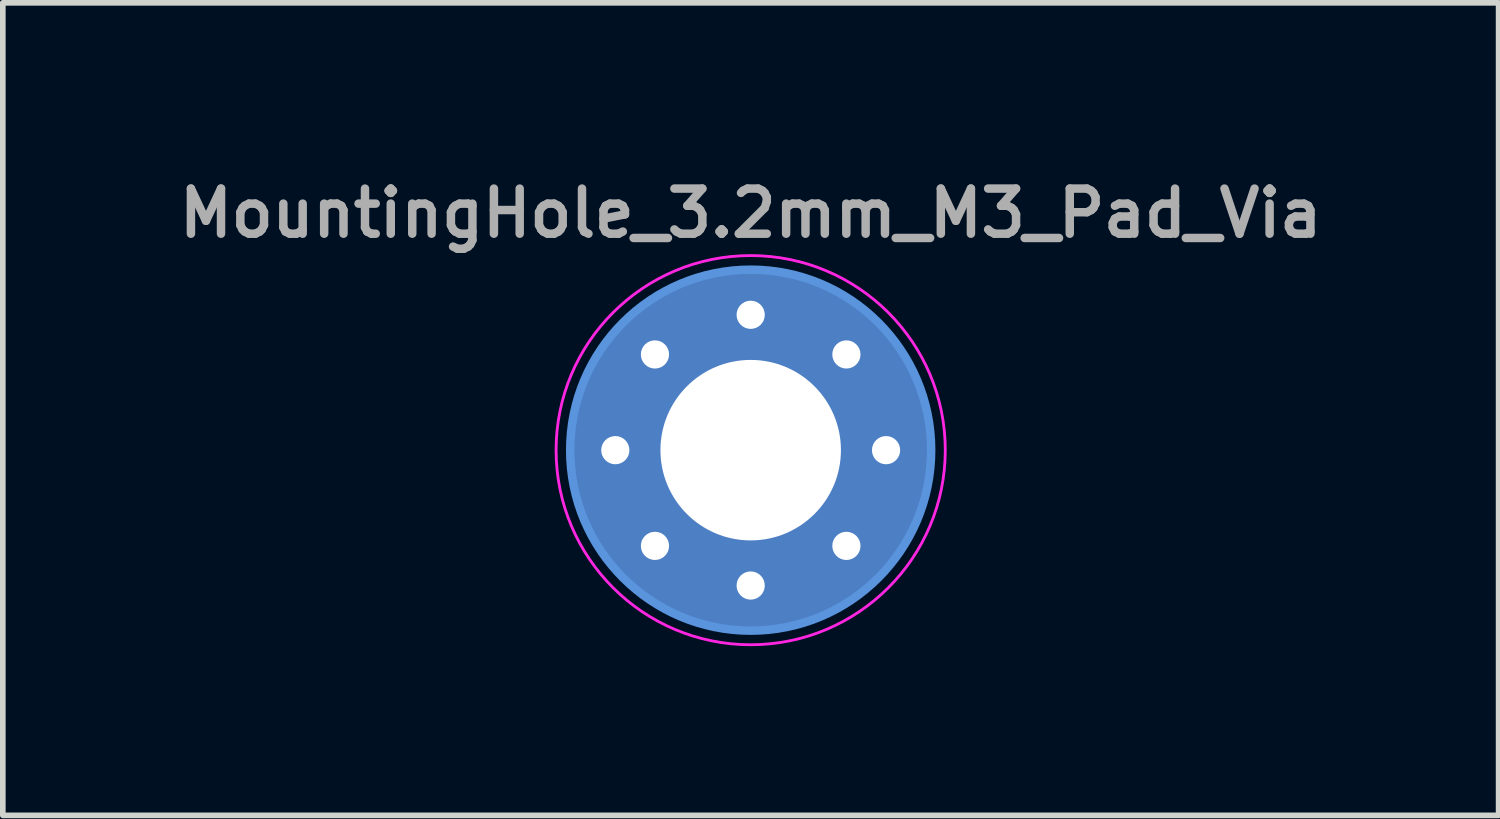
<source format=kicad_pcb>
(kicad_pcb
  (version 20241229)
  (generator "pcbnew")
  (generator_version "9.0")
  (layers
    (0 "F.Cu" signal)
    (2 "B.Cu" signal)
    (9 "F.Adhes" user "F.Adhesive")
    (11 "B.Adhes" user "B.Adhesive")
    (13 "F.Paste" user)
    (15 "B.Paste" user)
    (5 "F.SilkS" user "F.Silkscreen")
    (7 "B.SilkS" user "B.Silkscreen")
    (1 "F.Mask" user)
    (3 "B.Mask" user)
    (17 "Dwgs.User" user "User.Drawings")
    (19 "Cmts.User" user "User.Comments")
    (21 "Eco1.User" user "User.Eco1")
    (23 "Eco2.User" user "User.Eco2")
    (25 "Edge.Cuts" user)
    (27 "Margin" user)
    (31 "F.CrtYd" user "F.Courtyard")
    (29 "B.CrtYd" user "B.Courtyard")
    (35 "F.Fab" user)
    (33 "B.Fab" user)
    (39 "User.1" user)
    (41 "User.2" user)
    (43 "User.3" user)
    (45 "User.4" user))
  (footprint "MountingHole_3.2mm_M3_Pad_Via"
    (layer "F.Cu")
    (at 10.259 4.931)
    (property "Reference" "MountingHole_3.2mm_M3_Pad_Via" (at 0 -4.2 0) (layer "F.Fab") (effects (font (size 0.8 0.8) (thickness 0.15))))
    (attr through_hole)
    (fp_circle (center 0 0) (end 3.2 0) (stroke (width 0.15) (type solid)) (fill no) (layer "Cmts.User"))
    (fp_circle (center 0 0) (end 3.45 0) (stroke (width 0.05) (type solid)) (fill no) (layer "F.CrtYd"))
    (pad "" thru_hole circle (at -2.4 0) (size 0.6 0.6) (drill 0.5) (layers "*.Cu" "*.Mask"))
    (pad "" thru_hole circle (at -1.697 -1.697) (size 0.6 0.6) (drill 0.5) (layers "*.Cu" "*.Mask"))
    (pad "" thru_hole circle (at -1.697 1.697) (size 0.6 0.6) (drill 0.5) (layers "*.Cu" "*.Mask"))
    (pad "" thru_hole circle (at 0 -2.4) (size 0.6 0.6) (drill 0.5) (layers "*.Cu" "*.Mask"))
    (pad "" thru_hole circle (at 0 2.4) (size 0.6 0.6) (drill 0.5) (layers "*.Cu" "*.Mask"))
    (pad "" thru_hole circle (at 1.697 -1.697) (size 0.6 0.6) (drill 0.5) (layers "*.Cu" "*.Mask"))
    (pad "" thru_hole circle (at 1.697 1.697) (size 0.6 0.6) (drill 0.5) (layers "*.Cu" "*.Mask"))
    (pad "" thru_hole circle (at 2.4 0) (size 0.6 0.6) (drill 0.5) (layers "*.Cu" "*.Mask"))
    (pad "1" thru_hole circle (at 0 0) (size 6.4 6.4) (drill 3.2) (layers "*.Cu" "*.Mask")))
  (gr_rect
    (start -3 -3)
    (end 23.519 11.406)
    (stroke (width 0.1) (type default))
    (fill no)
    (layer "Edge.Cuts")))
</source>
